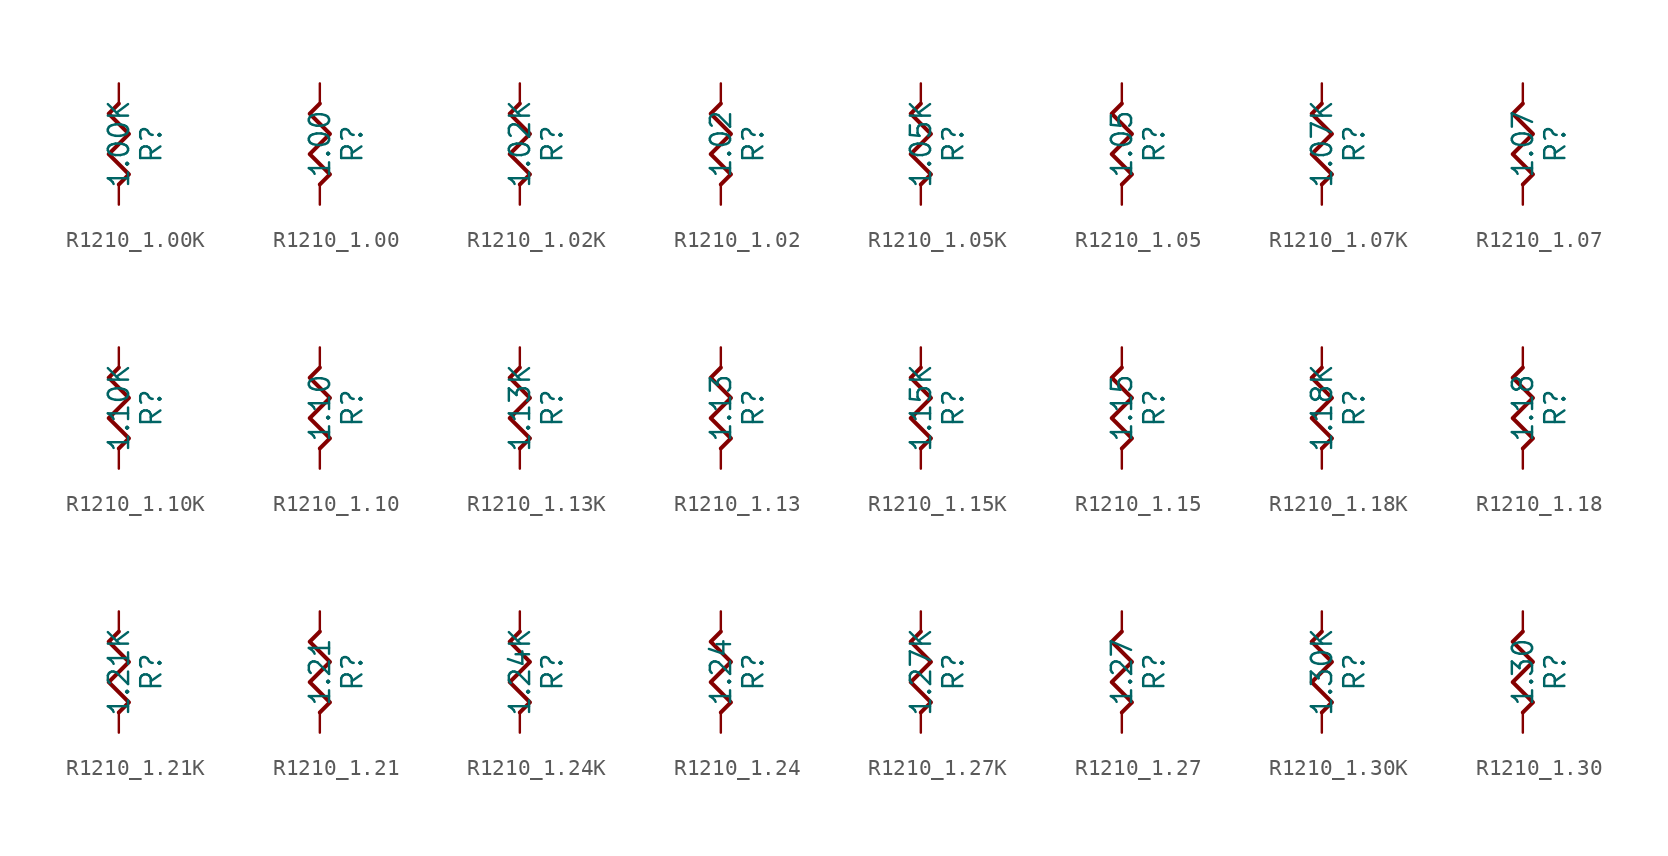
<source format=kicad_sym>
(kicad_symbol_lib
  (version 20211014)
  (generator atlantix-eda)
  (symbol "R1210_1.00K"
    (pin_numbers hide)
    (pin_names
      (offset 0))
    (property "Reference" "R"
      (at 2.032 0 90)
      (effects (font (size 1.27 1.27))))
    (property "Value" "1.00K"
      (at 0 0 90)
      (effects (font (size 1.27 1.27))))
    (symbol "R1210_1.00K_0_1"
      (polyline (pts (xy 0 -2.54) (xy 0.635 -1.905) (xy -0.635 -0.635) (xy 0.635 0.635) (xy -0.635 1.905) (xy 0 2.54)) (stroke (width 0.254) (type default) (color 0 0 0 0)) (fill (type none))))
    (symbol "R1210_1.00K_1_1"
      (pin passive line (at 0 3.81 270) (length 1.27) (name "~" (effects (font (size 1.27 1.27)))) (number "1" (effects (font (size 1.27 1.27)))))
      (pin passive line (at 0 -3.81 90) (length 1.27) (name "~" (effects (font (size 1.27 1.27)))) (number "2" (effects (font (size 1.27 1.27)))))))
  (symbol "R1210_1.00"
    (pin_numbers hide)
    (pin_names
      (offset 0))
    (property "Reference" "R"
      (at 2.032 0 90)
      (effects (font (size 1.27 1.27))))
    (property "Value" "1.00"
      (at 0 0 90)
      (effects (font (size 1.27 1.27))))
    (symbol "R1210_1.00_0_1"
      (polyline (pts (xy 0 -2.54) (xy 0.635 -1.905) (xy -0.635 -0.635) (xy 0.635 0.635) (xy -0.635 1.905) (xy 0 2.54)) (stroke (width 0.254) (type default) (color 0 0 0 0)) (fill (type none))))
    (symbol "R1210_1.00_1_1"
      (pin passive line (at 0 3.81 270) (length 1.27) (name "~" (effects (font (size 1.27 1.27)))) (number "1" (effects (font (size 1.27 1.27)))))
      (pin passive line (at 0 -3.81 90) (length 1.27) (name "~" (effects (font (size 1.27 1.27)))) (number "2" (effects (font (size 1.27 1.27)))))))
  (symbol "R1210_1.02K"
    (pin_numbers hide)
    (pin_names
      (offset 0))
    (property "Reference" "R"
      (at 2.032 0 90)
      (effects (font (size 1.27 1.27))))
    (property "Value" "1.02K"
      (at 0 0 90)
      (effects (font (size 1.27 1.27))))
    (symbol "R1210_1.02K_0_1"
      (polyline (pts (xy 0 -2.54) (xy 0.635 -1.905) (xy -0.635 -0.635) (xy 0.635 0.635) (xy -0.635 1.905) (xy 0 2.54)) (stroke (width 0.254) (type default) (color 0 0 0 0)) (fill (type none))))
    (symbol "R1210_1.02K_1_1"
      (pin passive line (at 0 3.81 270) (length 1.27) (name "~" (effects (font (size 1.27 1.27)))) (number "1" (effects (font (size 1.27 1.27)))))
      (pin passive line (at 0 -3.81 90) (length 1.27) (name "~" (effects (font (size 1.27 1.27)))) (number "2" (effects (font (size 1.27 1.27)))))))
  (symbol "R1210_1.02"
    (pin_numbers hide)
    (pin_names
      (offset 0))
    (property "Reference" "R"
      (at 2.032 0 90)
      (effects (font (size 1.27 1.27))))
    (property "Value" "1.02"
      (at 0 0 90)
      (effects (font (size 1.27 1.27))))
    (symbol "R1210_1.02_0_1"
      (polyline (pts (xy 0 -2.54) (xy 0.635 -1.905) (xy -0.635 -0.635) (xy 0.635 0.635) (xy -0.635 1.905) (xy 0 2.54)) (stroke (width 0.254) (type default) (color 0 0 0 0)) (fill (type none))))
    (symbol "R1210_1.02_1_1"
      (pin passive line (at 0 3.81 270) (length 1.27) (name "~" (effects (font (size 1.27 1.27)))) (number "1" (effects (font (size 1.27 1.27)))))
      (pin passive line (at 0 -3.81 90) (length 1.27) (name "~" (effects (font (size 1.27 1.27)))) (number "2" (effects (font (size 1.27 1.27)))))))
  (symbol "R1210_1.05K"
    (pin_numbers hide)
    (pin_names
      (offset 0))
    (property "Reference" "R"
      (at 2.032 0 90)
      (effects (font (size 1.27 1.27))))
    (property "Value" "1.05K"
      (at 0 0 90)
      (effects (font (size 1.27 1.27))))
    (symbol "R1210_1.05K_0_1"
      (polyline (pts (xy 0 -2.54) (xy 0.635 -1.905) (xy -0.635 -0.635) (xy 0.635 0.635) (xy -0.635 1.905) (xy 0 2.54)) (stroke (width 0.254) (type default) (color 0 0 0 0)) (fill (type none))))
    (symbol "R1210_1.05K_1_1"
      (pin passive line (at 0 3.81 270) (length 1.27) (name "~" (effects (font (size 1.27 1.27)))) (number "1" (effects (font (size 1.27 1.27)))))
      (pin passive line (at 0 -3.81 90) (length 1.27) (name "~" (effects (font (size 1.27 1.27)))) (number "2" (effects (font (size 1.27 1.27)))))))
  (symbol "R1210_1.05"
    (pin_numbers hide)
    (pin_names
      (offset 0))
    (property "Reference" "R"
      (at 2.032 0 90)
      (effects (font (size 1.27 1.27))))
    (property "Value" "1.05"
      (at 0 0 90)
      (effects (font (size 1.27 1.27))))
    (symbol "R1210_1.05_0_1"
      (polyline (pts (xy 0 -2.54) (xy 0.635 -1.905) (xy -0.635 -0.635) (xy 0.635 0.635) (xy -0.635 1.905) (xy 0 2.54)) (stroke (width 0.254) (type default) (color 0 0 0 0)) (fill (type none))))
    (symbol "R1210_1.05_1_1"
      (pin passive line (at 0 3.81 270) (length 1.27) (name "~" (effects (font (size 1.27 1.27)))) (number "1" (effects (font (size 1.27 1.27)))))
      (pin passive line (at 0 -3.81 90) (length 1.27) (name "~" (effects (font (size 1.27 1.27)))) (number "2" (effects (font (size 1.27 1.27)))))))
  (symbol "R1210_1.07K"
    (pin_numbers hide)
    (pin_names
      (offset 0))
    (property "Reference" "R"
      (at 2.032 0 90)
      (effects (font (size 1.27 1.27))))
    (property "Value" "1.07K"
      (at 0 0 90)
      (effects (font (size 1.27 1.27))))
    (symbol "R1210_1.07K_0_1"
      (polyline (pts (xy 0 -2.54) (xy 0.635 -1.905) (xy -0.635 -0.635) (xy 0.635 0.635) (xy -0.635 1.905) (xy 0 2.54)) (stroke (width 0.254) (type default) (color 0 0 0 0)) (fill (type none))))
    (symbol "R1210_1.07K_1_1"
      (pin passive line (at 0 3.81 270) (length 1.27) (name "~" (effects (font (size 1.27 1.27)))) (number "1" (effects (font (size 1.27 1.27)))))
      (pin passive line (at 0 -3.81 90) (length 1.27) (name "~" (effects (font (size 1.27 1.27)))) (number "2" (effects (font (size 1.27 1.27)))))))
  (symbol "R1210_1.07"
    (pin_numbers hide)
    (pin_names
      (offset 0))
    (property "Reference" "R"
      (at 2.032 0 90)
      (effects (font (size 1.27 1.27))))
    (property "Value" "1.07"
      (at 0 0 90)
      (effects (font (size 1.27 1.27))))
    (symbol "R1210_1.07_0_1"
      (polyline (pts (xy 0 -2.54) (xy 0.635 -1.905) (xy -0.635 -0.635) (xy 0.635 0.635) (xy -0.635 1.905) (xy 0 2.54)) (stroke (width 0.254) (type default) (color 0 0 0 0)) (fill (type none))))
    (symbol "R1210_1.07_1_1"
      (pin passive line (at 0 3.81 270) (length 1.27) (name "~" (effects (font (size 1.27 1.27)))) (number "1" (effects (font (size 1.27 1.27)))))
      (pin passive line (at 0 -3.81 90) (length 1.27) (name "~" (effects (font (size 1.27 1.27)))) (number "2" (effects (font (size 1.27 1.27)))))))
  (symbol "R1210_1.10K"
    (pin_numbers hide)
    (pin_names
      (offset 0))
    (property "Reference" "R"
      (at 2.032 0 90)
      (effects (font (size 1.27 1.27))))
    (property "Value" "1.10K"
      (at 0 0 90)
      (effects (font (size 1.27 1.27))))
    (symbol "R1210_1.10K_0_1"
      (polyline (pts (xy 0 -2.54) (xy 0.635 -1.905) (xy -0.635 -0.635) (xy 0.635 0.635) (xy -0.635 1.905) (xy 0 2.54)) (stroke (width 0.254) (type default) (color 0 0 0 0)) (fill (type none))))
    (symbol "R1210_1.10K_1_1"
      (pin passive line (at 0 3.81 270) (length 1.27) (name "~" (effects (font (size 1.27 1.27)))) (number "1" (effects (font (size 1.27 1.27)))))
      (pin passive line (at 0 -3.81 90) (length 1.27) (name "~" (effects (font (size 1.27 1.27)))) (number "2" (effects (font (size 1.27 1.27)))))))
  (symbol "R1210_1.10"
    (pin_numbers hide)
    (pin_names
      (offset 0))
    (property "Reference" "R"
      (at 2.032 0 90)
      (effects (font (size 1.27 1.27))))
    (property "Value" "1.10"
      (at 0 0 90)
      (effects (font (size 1.27 1.27))))
    (symbol "R1210_1.10_0_1"
      (polyline (pts (xy 0 -2.54) (xy 0.635 -1.905) (xy -0.635 -0.635) (xy 0.635 0.635) (xy -0.635 1.905) (xy 0 2.54)) (stroke (width 0.254) (type default) (color 0 0 0 0)) (fill (type none))))
    (symbol "R1210_1.10_1_1"
      (pin passive line (at 0 3.81 270) (length 1.27) (name "~" (effects (font (size 1.27 1.27)))) (number "1" (effects (font (size 1.27 1.27)))))
      (pin passive line (at 0 -3.81 90) (length 1.27) (name "~" (effects (font (size 1.27 1.27)))) (number "2" (effects (font (size 1.27 1.27)))))))
  (symbol "R1210_1.13K"
    (pin_numbers hide)
    (pin_names
      (offset 0))
    (property "Reference" "R"
      (at 2.032 0 90)
      (effects (font (size 1.27 1.27))))
    (property "Value" "1.13K"
      (at 0 0 90)
      (effects (font (size 1.27 1.27))))
    (symbol "R1210_1.13K_0_1"
      (polyline (pts (xy 0 -2.54) (xy 0.635 -1.905) (xy -0.635 -0.635) (xy 0.635 0.635) (xy -0.635 1.905) (xy 0 2.54)) (stroke (width 0.254) (type default) (color 0 0 0 0)) (fill (type none))))
    (symbol "R1210_1.13K_1_1"
      (pin passive line (at 0 3.81 270) (length 1.27) (name "~" (effects (font (size 1.27 1.27)))) (number "1" (effects (font (size 1.27 1.27)))))
      (pin passive line (at 0 -3.81 90) (length 1.27) (name "~" (effects (font (size 1.27 1.27)))) (number "2" (effects (font (size 1.27 1.27)))))))
  (symbol "R1210_1.13"
    (pin_numbers hide)
    (pin_names
      (offset 0))
    (property "Reference" "R"
      (at 2.032 0 90)
      (effects (font (size 1.27 1.27))))
    (property "Value" "1.13"
      (at 0 0 90)
      (effects (font (size 1.27 1.27))))
    (symbol "R1210_1.13_0_1"
      (polyline (pts (xy 0 -2.54) (xy 0.635 -1.905) (xy -0.635 -0.635) (xy 0.635 0.635) (xy -0.635 1.905) (xy 0 2.54)) (stroke (width 0.254) (type default) (color 0 0 0 0)) (fill (type none))))
    (symbol "R1210_1.13_1_1"
      (pin passive line (at 0 3.81 270) (length 1.27) (name "~" (effects (font (size 1.27 1.27)))) (number "1" (effects (font (size 1.27 1.27)))))
      (pin passive line (at 0 -3.81 90) (length 1.27) (name "~" (effects (font (size 1.27 1.27)))) (number "2" (effects (font (size 1.27 1.27)))))))
  (symbol "R1210_1.15K"
    (pin_numbers hide)
    (pin_names
      (offset 0))
    (property "Reference" "R"
      (at 2.032 0 90)
      (effects (font (size 1.27 1.27))))
    (property "Value" "1.15K"
      (at 0 0 90)
      (effects (font (size 1.27 1.27))))
    (symbol "R1210_1.15K_0_1"
      (polyline (pts (xy 0 -2.54) (xy 0.635 -1.905) (xy -0.635 -0.635) (xy 0.635 0.635) (xy -0.635 1.905) (xy 0 2.54)) (stroke (width 0.254) (type default) (color 0 0 0 0)) (fill (type none))))
    (symbol "R1210_1.15K_1_1"
      (pin passive line (at 0 3.81 270) (length 1.27) (name "~" (effects (font (size 1.27 1.27)))) (number "1" (effects (font (size 1.27 1.27)))))
      (pin passive line (at 0 -3.81 90) (length 1.27) (name "~" (effects (font (size 1.27 1.27)))) (number "2" (effects (font (size 1.27 1.27)))))))
  (symbol "R1210_1.15"
    (pin_numbers hide)
    (pin_names
      (offset 0))
    (property "Reference" "R"
      (at 2.032 0 90)
      (effects (font (size 1.27 1.27))))
    (property "Value" "1.15"
      (at 0 0 90)
      (effects (font (size 1.27 1.27))))
    (symbol "R1210_1.15_0_1"
      (polyline (pts (xy 0 -2.54) (xy 0.635 -1.905) (xy -0.635 -0.635) (xy 0.635 0.635) (xy -0.635 1.905) (xy 0 2.54)) (stroke (width 0.254) (type default) (color 0 0 0 0)) (fill (type none))))
    (symbol "R1210_1.15_1_1"
      (pin passive line (at 0 3.81 270) (length 1.27) (name "~" (effects (font (size 1.27 1.27)))) (number "1" (effects (font (size 1.27 1.27)))))
      (pin passive line (at 0 -3.81 90) (length 1.27) (name "~" (effects (font (size 1.27 1.27)))) (number "2" (effects (font (size 1.27 1.27)))))))
  (symbol "R1210_1.18K"
    (pin_numbers hide)
    (pin_names
      (offset 0))
    (property "Reference" "R"
      (at 2.032 0 90)
      (effects (font (size 1.27 1.27))))
    (property "Value" "1.18K"
      (at 0 0 90)
      (effects (font (size 1.27 1.27))))
    (symbol "R1210_1.18K_0_1"
      (polyline (pts (xy 0 -2.54) (xy 0.635 -1.905) (xy -0.635 -0.635) (xy 0.635 0.635) (xy -0.635 1.905) (xy 0 2.54)) (stroke (width 0.254) (type default) (color 0 0 0 0)) (fill (type none))))
    (symbol "R1210_1.18K_1_1"
      (pin passive line (at 0 3.81 270) (length 1.27) (name "~" (effects (font (size 1.27 1.27)))) (number "1" (effects (font (size 1.27 1.27)))))
      (pin passive line (at 0 -3.81 90) (length 1.27) (name "~" (effects (font (size 1.27 1.27)))) (number "2" (effects (font (size 1.27 1.27)))))))
  (symbol "R1210_1.18"
    (pin_numbers hide)
    (pin_names
      (offset 0))
    (property "Reference" "R"
      (at 2.032 0 90)
      (effects (font (size 1.27 1.27))))
    (property "Value" "1.18"
      (at 0 0 90)
      (effects (font (size 1.27 1.27))))
    (symbol "R1210_1.18_0_1"
      (polyline (pts (xy 0 -2.54) (xy 0.635 -1.905) (xy -0.635 -0.635) (xy 0.635 0.635) (xy -0.635 1.905) (xy 0 2.54)) (stroke (width 0.254) (type default) (color 0 0 0 0)) (fill (type none))))
    (symbol "R1210_1.18_1_1"
      (pin passive line (at 0 3.81 270) (length 1.27) (name "~" (effects (font (size 1.27 1.27)))) (number "1" (effects (font (size 1.27 1.27)))))
      (pin passive line (at 0 -3.81 90) (length 1.27) (name "~" (effects (font (size 1.27 1.27)))) (number "2" (effects (font (size 1.27 1.27)))))))
  (symbol "R1210_1.21K"
    (pin_numbers hide)
    (pin_names
      (offset 0))
    (property "Reference" "R"
      (at 2.032 0 90)
      (effects (font (size 1.27 1.27))))
    (property "Value" "1.21K"
      (at 0 0 90)
      (effects (font (size 1.27 1.27))))
    (symbol "R1210_1.21K_0_1"
      (polyline (pts (xy 0 -2.54) (xy 0.635 -1.905) (xy -0.635 -0.635) (xy 0.635 0.635) (xy -0.635 1.905) (xy 0 2.54)) (stroke (width 0.254) (type default) (color 0 0 0 0)) (fill (type none))))
    (symbol "R1210_1.21K_1_1"
      (pin passive line (at 0 3.81 270) (length 1.27) (name "~" (effects (font (size 1.27 1.27)))) (number "1" (effects (font (size 1.27 1.27)))))
      (pin passive line (at 0 -3.81 90) (length 1.27) (name "~" (effects (font (size 1.27 1.27)))) (number "2" (effects (font (size 1.27 1.27)))))))
  (symbol "R1210_1.21"
    (pin_numbers hide)
    (pin_names
      (offset 0))
    (property "Reference" "R"
      (at 2.032 0 90)
      (effects (font (size 1.27 1.27))))
    (property "Value" "1.21"
      (at 0 0 90)
      (effects (font (size 1.27 1.27))))
    (symbol "R1210_1.21_0_1"
      (polyline (pts (xy 0 -2.54) (xy 0.635 -1.905) (xy -0.635 -0.635) (xy 0.635 0.635) (xy -0.635 1.905) (xy 0 2.54)) (stroke (width 0.254) (type default) (color 0 0 0 0)) (fill (type none))))
    (symbol "R1210_1.21_1_1"
      (pin passive line (at 0 3.81 270) (length 1.27) (name "~" (effects (font (size 1.27 1.27)))) (number "1" (effects (font (size 1.27 1.27)))))
      (pin passive line (at 0 -3.81 90) (length 1.27) (name "~" (effects (font (size 1.27 1.27)))) (number "2" (effects (font (size 1.27 1.27)))))))
  (symbol "R1210_1.24K"
    (pin_numbers hide)
    (pin_names
      (offset 0))
    (property "Reference" "R"
      (at 2.032 0 90)
      (effects (font (size 1.27 1.27))))
    (property "Value" "1.24K"
      (at 0 0 90)
      (effects (font (size 1.27 1.27))))
    (symbol "R1210_1.24K_0_1"
      (polyline (pts (xy 0 -2.54) (xy 0.635 -1.905) (xy -0.635 -0.635) (xy 0.635 0.635) (xy -0.635 1.905) (xy 0 2.54)) (stroke (width 0.254) (type default) (color 0 0 0 0)) (fill (type none))))
    (symbol "R1210_1.24K_1_1"
      (pin passive line (at 0 3.81 270) (length 1.27) (name "~" (effects (font (size 1.27 1.27)))) (number "1" (effects (font (size 1.27 1.27)))))
      (pin passive line (at 0 -3.81 90) (length 1.27) (name "~" (effects (font (size 1.27 1.27)))) (number "2" (effects (font (size 1.27 1.27)))))))
  (symbol "R1210_1.24"
    (pin_numbers hide)
    (pin_names
      (offset 0))
    (property "Reference" "R"
      (at 2.032 0 90)
      (effects (font (size 1.27 1.27))))
    (property "Value" "1.24"
      (at 0 0 90)
      (effects (font (size 1.27 1.27))))
    (symbol "R1210_1.24_0_1"
      (polyline (pts (xy 0 -2.54) (xy 0.635 -1.905) (xy -0.635 -0.635) (xy 0.635 0.635) (xy -0.635 1.905) (xy 0 2.54)) (stroke (width 0.254) (type default) (color 0 0 0 0)) (fill (type none))))
    (symbol "R1210_1.24_1_1"
      (pin passive line (at 0 3.81 270) (length 1.27) (name "~" (effects (font (size 1.27 1.27)))) (number "1" (effects (font (size 1.27 1.27)))))
      (pin passive line (at 0 -3.81 90) (length 1.27) (name "~" (effects (font (size 1.27 1.27)))) (number "2" (effects (font (size 1.27 1.27)))))))
  (symbol "R1210_1.27K"
    (pin_numbers hide)
    (pin_names
      (offset 0))
    (property "Reference" "R"
      (at 2.032 0 90)
      (effects (font (size 1.27 1.27))))
    (property "Value" "1.27K"
      (at 0 0 90)
      (effects (font (size 1.27 1.27))))
    (symbol "R1210_1.27K_0_1"
      (polyline (pts (xy 0 -2.54) (xy 0.635 -1.905) (xy -0.635 -0.635) (xy 0.635 0.635) (xy -0.635 1.905) (xy 0 2.54)) (stroke (width 0.254) (type default) (color 0 0 0 0)) (fill (type none))))
    (symbol "R1210_1.27K_1_1"
      (pin passive line (at 0 3.81 270) (length 1.27) (name "~" (effects (font (size 1.27 1.27)))) (number "1" (effects (font (size 1.27 1.27)))))
      (pin passive line (at 0 -3.81 90) (length 1.27) (name "~" (effects (font (size 1.27 1.27)))) (number "2" (effects (font (size 1.27 1.27)))))))
  (symbol "R1210_1.27"
    (pin_numbers hide)
    (pin_names
      (offset 0))
    (property "Reference" "R"
      (at 2.032 0 90)
      (effects (font (size 1.27 1.27))))
    (property "Value" "1.27"
      (at 0 0 90)
      (effects (font (size 1.27 1.27))))
    (symbol "R1210_1.27_0_1"
      (polyline (pts (xy 0 -2.54) (xy 0.635 -1.905) (xy -0.635 -0.635) (xy 0.635 0.635) (xy -0.635 1.905) (xy 0 2.54)) (stroke (width 0.254) (type default) (color 0 0 0 0)) (fill (type none))))
    (symbol "R1210_1.27_1_1"
      (pin passive line (at 0 3.81 270) (length 1.27) (name "~" (effects (font (size 1.27 1.27)))) (number "1" (effects (font (size 1.27 1.27)))))
      (pin passive line (at 0 -3.81 90) (length 1.27) (name "~" (effects (font (size 1.27 1.27)))) (number "2" (effects (font (size 1.27 1.27)))))))
  (symbol "R1210_1.30K"
    (pin_numbers hide)
    (pin_names
      (offset 0))
    (property "Reference" "R"
      (at 2.032 0 90)
      (effects (font (size 1.27 1.27))))
    (property "Value" "1.30K"
      (at 0 0 90)
      (effects (font (size 1.27 1.27))))
    (symbol "R1210_1.30K_0_1"
      (polyline (pts (xy 0 -2.54) (xy 0.635 -1.905) (xy -0.635 -0.635) (xy 0.635 0.635) (xy -0.635 1.905) (xy 0 2.54)) (stroke (width 0.254) (type default) (color 0 0 0 0)) (fill (type none))))
    (symbol "R1210_1.30K_1_1"
      (pin passive line (at 0 3.81 270) (length 1.27) (name "~" (effects (font (size 1.27 1.27)))) (number "1" (effects (font (size 1.27 1.27)))))
      (pin passive line (at 0 -3.81 90) (length 1.27) (name "~" (effects (font (size 1.27 1.27)))) (number "2" (effects (font (size 1.27 1.27)))))))
  (symbol "R1210_1.30"
    (pin_numbers hide)
    (pin_names
      (offset 0))
    (property "Reference" "R"
      (at 2.032 0 90)
      (effects (font (size 1.27 1.27))))
    (property "Value" "1.30"
      (at 0 0 90)
      (effects (font (size 1.27 1.27))))
    (symbol "R1210_1.30_0_1"
      (polyline (pts (xy 0 -2.54) (xy 0.635 -1.905) (xy -0.635 -0.635) (xy 0.635 0.635) (xy -0.635 1.905) (xy 0 2.54)) (stroke (width 0.254) (type default) (color 0 0 0 0)) (fill (type none))))
    (symbol "R1210_1.30_1_1"
      (pin passive line (at 0 3.81 270) (length 1.27) (name "~" (effects (font (size 1.27 1.27)))) (number "1" (effects (font (size 1.27 1.27)))))
      (pin passive line (at 0 -3.81 90) (length 1.27) (name "~" (effects (font (size 1.27 1.27)))) (number "2" (effects (font (size 1.27 1.27))))))))
</source>
